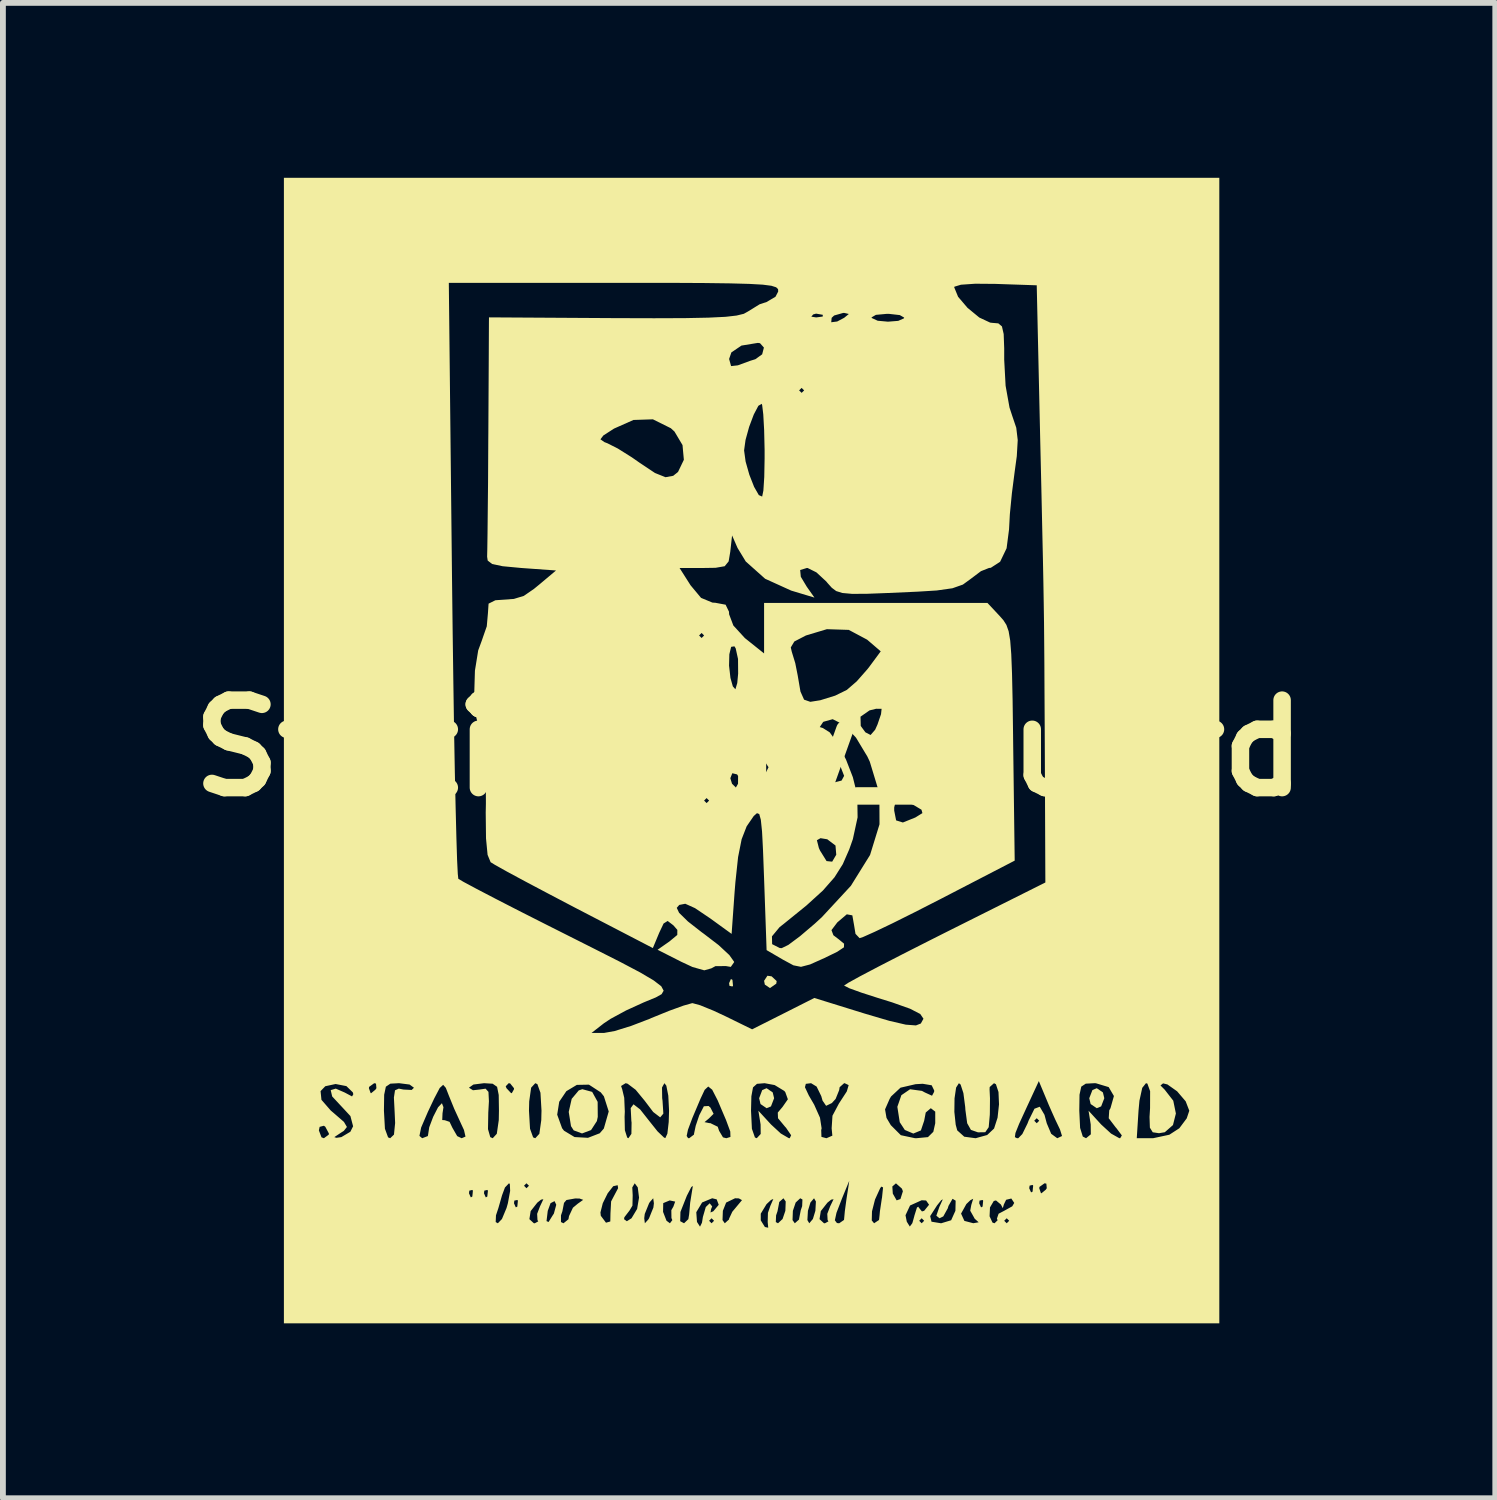
<source format=kicad_pcb>
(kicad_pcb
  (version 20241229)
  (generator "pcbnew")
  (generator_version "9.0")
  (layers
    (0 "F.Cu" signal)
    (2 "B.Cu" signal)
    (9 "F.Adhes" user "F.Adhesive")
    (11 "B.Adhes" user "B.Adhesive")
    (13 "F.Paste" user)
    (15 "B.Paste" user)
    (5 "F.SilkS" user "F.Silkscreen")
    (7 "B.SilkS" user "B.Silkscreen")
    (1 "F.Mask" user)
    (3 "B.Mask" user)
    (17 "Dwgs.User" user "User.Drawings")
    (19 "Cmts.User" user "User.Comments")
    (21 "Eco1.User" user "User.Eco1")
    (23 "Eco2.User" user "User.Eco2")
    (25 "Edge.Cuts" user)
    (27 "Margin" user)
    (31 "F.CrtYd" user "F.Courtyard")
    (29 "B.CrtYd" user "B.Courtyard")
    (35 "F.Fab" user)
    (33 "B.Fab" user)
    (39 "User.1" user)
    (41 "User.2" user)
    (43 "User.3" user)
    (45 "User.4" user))
  (footprint "Stationary_Guard"
    (layer "F.Cu")
    (at 9.8 9.782)
    (property "Reference" "Stationary_Guard" (at 0 0 0) (layer "F.SilkS") (effects (font (size 1.5 1.5) (thickness 0.3))))
    (attr board_only exclude_from_pos_files exclude_from_bom)
    (fp_poly (pts (xy -0.286 3.976) (xy -0.276 4.078) (xy -0.286 4.09) (xy -0.337 4.079) (xy -0.343 4.033) (xy -0.312 3.962)) (stroke (width 0) (type solid)) (fill yes) (layer "F.SilkS"))
    (fp_poly (pts (xy 0.386 3.916) (xy 0.473 3.997) (xy 0.466 4.042) (xy 0.358 4.117) (xy 0.27 4.058) (xy 0.257 3.993) (xy 0.314 3.906)) (stroke (width 0) (type solid)) (fill yes) (layer "F.SilkS"))
    (fp_poly (pts (xy 0.405 5.907) (xy 0.429 6.007) (xy 0.375 6.147) (xy 0.3 6.178) (xy 0.196 6.107) (xy 0.172 6.007) (xy 0.225 5.867) (xy 0.3 5.835)) (stroke (width 0) (type solid)) (fill yes) (layer "F.SilkS"))
    (fp_poly (pts (xy 6.069 5.907) (xy 6.093 6.007) (xy 6.039 6.147) (xy 5.964 6.178) (xy 5.859 6.107) (xy 5.835 6.007) (xy 5.889 5.867) (xy 5.964 5.835)) (stroke (width 0) (type solid)) (fill yes) (layer "F.SilkS"))
    (fp_poly (pts (xy -2.692 5.898) (xy -2.598 6.069) (xy -2.596 6.327) (xy -2.611 6.399) (xy -2.711 6.553) (xy -2.866 6.611) (xy -3.009 6.558) (xy -3.055 6.486) (xy -3.094 6.242) (xy -3.043 6.017) (xy -2.922 5.873) (xy -2.861 5.852)) (stroke (width 0) (type solid)) (fill yes) (layer "F.SilkS"))
    (fp_poly (pts (xy 8.066 0.043) (xy 8.066 9.868) (xy 0.043 9.868) (xy -7.98 9.868) (xy -7.98 8.131) (xy -4.347 8.131) (xy -4.31 8.152) (xy -4.242 8.081) (xy -3.769 8.081) (xy -3.693 8.151) (xy -3.676 8.152) (xy -3.617 8.119) (xy -3.619 8.115) (xy -3.475 8.115) (xy -3.44 8.13) (xy -3.369 8.016) (xy -3.227 8.016) (xy -3.227 8.131) (xy -3.184 8.152) (xy -3.099 8.083) (xy -3.089 8.028) (xy -3.06 7.966) (xy -2.55 7.966) (xy -2.544 8.023) (xy -2.455 8.142) (xy -2.381 8.121) (xy -2.38 8.082) (xy -2.145 8.082) (xy -2.097 8.117) (xy -2.017 8.066) (xy -1.799 8.066) (xy -1.788 8.152) (xy -1.73 8.088) (xy -1.716 8.066) (xy -1.672 7.956) (xy -1.476 7.956) (xy -1.417 8.108) (xy -1.358 8.152) (xy -1.331 8.116) (xy -1.182 8.116) (xy -1.116 8.152) (xy -1.042 8.081) (xy -1.029 8.002) (xy -1.025 7.962) (xy -0.906 7.962) (xy -0.894 8.129) (xy -0.842 8.21) (xy -0.809 8.143) (xy -0.803 8.109) (xy -0.686 8.109) (xy -0.644 8.152) (xy -0.601 8.109) (xy -0.613 8.097) (xy -0.456 8.097) (xy -0.417 8.152) (xy -0.362 8.102) (xy 0.2 8.102) (xy 0.271 8.216) (xy 0.328 8.228) (xy 0.319 8.131) (xy 0.458 8.131) (xy 0.496 8.152) (xy 0.554 8.097) (xy 0.745 8.097) (xy 0.784 8.152) (xy 0.846 8.097) (xy 1 8.097) (xy 1.032 8.152) (xy 1.092 8.081) (xy 1.208 8.081) (xy 1.284 8.151) (xy 1.301 8.152) (xy 1.361 8.119) (xy 1.35 8.101) (xy 1.471 8.101) (xy 1.507 8.148) (xy 1.545 8.152) (xy 1.616 8.103) (xy 2.104 8.103) (xy 2.144 8.152) (xy 2.228 8.096) (xy 2.231 8.077) (xy 2.238 8.014) (xy 2.683 8.014) (xy 2.705 8.125) (xy 2.757 8.208) (xy 2.8 8.15) (xy 2.812 8.109) (xy 2.918 8.109) (xy 2.96 8.152) (xy 3.003 8.109) (xy 2.96 8.066) (xy 2.918 8.109) (xy 2.812 8.109) (xy 2.834 8.029) (xy 3.106 8.029) (xy 3.129 8.125) (xy 3.294 8.152) (xy 3.466 8.1) (xy 3.517 7.986) (xy 3.636 7.986) (xy 3.693 8.111) (xy 3.845 8.151) (xy 3.938 8.135) (xy 3.87 8.074) (xy 3.847 8.032) (xy 4.125 8.032) (xy 4.175 8.14) (xy 4.21 8.152) (xy 4.254 8.109) (xy 4.376 8.109) (xy 4.419 8.152) (xy 4.462 8.109) (xy 4.419 8.066) (xy 4.376 8.109) (xy 4.254 8.109) (xy 4.263 8.1) (xy 4.251 8.072) (xy 4.28 7.988) (xy 4.375 7.938) (xy 4.514 7.861) (xy 4.548 7.803) (xy 4.498 7.727) (xy 4.409 7.749) (xy 4.37 7.83) (xy 4.352 7.893) (xy 4.319 7.83) (xy 4.235 7.76) (xy 4.197 7.77) (xy 4.132 7.88) (xy 4.125 8.032) (xy 3.847 8.032) (xy 3.793 7.936) (xy 3.811 7.839) (xy 3.82 7.809) (xy 3.947 7.809) (xy 3.979 7.879) (xy 4.005 7.866) (xy 4.015 7.764) (xy 4.005 7.752) (xy 3.953 7.763) (xy 3.947 7.809) (xy 3.82 7.809) (xy 3.844 7.732) (xy 3.796 7.756) (xy 3.727 7.822) (xy 3.636 7.986) (xy 3.517 7.986) (xy 3.539 7.938) (xy 3.543 7.764) (xy 3.49 7.732) (xy 3.42 7.854) (xy 3.408 7.895) (xy 3.331 8.034) (xy 3.266 8.066) (xy 3.212 8.022) (xy 3.263 7.873) (xy 3.323 7.741) (xy 3.296 7.756) (xy 3.223 7.847) (xy 3.106 8.029) (xy 2.834 8.029) (xy 2.835 8.023) (xy 2.88 7.88) (xy 2.906 7.868) (xy 2.907 7.878) (xy 2.965 7.949) (xy 3.003 7.938) (xy 3.087 7.834) (xy 3.036 7.761) (xy 2.96 7.757) (xy 2.761 7.847) (xy 2.683 8.014) (xy 2.238 8.014) (xy 2.244 7.947) (xy 2.276 7.732) (xy 2.28 7.712) (xy 2.298 7.537) (xy 2.268 7.523) (xy 2.248 7.551) (xy 2.16 7.744) (xy 2.108 7.948) (xy 2.104 8.103) (xy 1.616 8.103) (xy 1.628 8.095) (xy 1.63 8.077) (xy 1.642 7.947) (xy 1.671 7.732) (xy 1.674 7.712) (xy 1.704 7.521) (xy 2.457 7.521) (xy 2.465 7.643) (xy 2.531 7.759) (xy 2.596 7.736) (xy 2.638 7.603) (xy 2.622 7.559) (xy 2.614 7.551) (xy 4.805 7.551) (xy 4.837 7.622) (xy 4.863 7.609) (xy 4.868 7.551) (xy 4.977 7.551) (xy 5.006 7.635) (xy 5.015 7.637) (xy 5.088 7.577) (xy 5.106 7.551) (xy 5.099 7.472) (xy 5.068 7.466) (xy 4.981 7.528) (xy 4.977 7.551) (xy 4.868 7.551) (xy 4.873 7.507) (xy 4.863 7.494) (xy 4.812 7.506) (xy 4.805 7.551) (xy 2.614 7.551) (xy 2.519 7.467) (xy 2.457 7.521) (xy 1.704 7.521) (xy 1.718 7.423) (xy 1.595 7.723) (xy 1.499 7.972) (xy 1.471 8.101) (xy 1.35 8.101) (xy 1.347 8.098) (xy 1.341 7.99) (xy 1.39 7.862) (xy 1.449 7.739) (xy 1.408 7.747) (xy 1.344 7.798) (xy 1.23 7.943) (xy 1.208 8.081) (xy 1.092 8.081) (xy 1.094 8.079) (xy 1.137 7.938) (xy 1.146 7.778) (xy 1.114 7.723) (xy 1.052 7.796) (xy 1.009 7.938) (xy 1 8.097) (xy 0.846 8.097) (xy 0.857 8.087) (xy 0.858 8.073) (xy 0.886 7.929) (xy 0.91 7.859) (xy 0.915 7.744) (xy 0.877 7.723) (xy 0.799 7.796) (xy 0.751 7.938) (xy 0.745 8.097) (xy 0.554 8.097) (xy 0.574 8.079) (xy 0.622 7.938) (xy 0.628 7.778) (xy 0.589 7.723) (xy 0.516 7.788) (xy 0.515 7.802) (xy 0.487 7.946) (xy 0.463 8.016) (xy 0.458 8.131) (xy 0.319 8.131) (xy 0.319 8.131) (xy 0.323 7.973) (xy 0.365 7.852) (xy 0.416 7.735) (xy 0.376 7.752) (xy 0.299 7.824) (xy 0.2 7.987) (xy 0.2 8.102) (xy -0.362 8.102) (xy -0.345 8.087) (xy -0.343 8.072) (xy -0.288 7.954) (xy -0.208 7.858) (xy -0.122 7.755) (xy -0.176 7.725) (xy -0.241 7.723) (xy -0.394 7.797) (xy -0.45 7.938) (xy -0.456 8.097) (xy -0.613 8.097) (xy -0.644 8.066) (xy -0.686 8.109) (xy -0.803 8.109) (xy -0.793 8.045) (xy -0.743 7.873) (xy -0.676 7.809) (xy -0.633 7.863) (xy -0.652 7.908) (xy -0.662 7.967) (xy -0.614 7.946) (xy -0.521 7.835) (xy -0.556 7.742) (xy -0.633 7.723) (xy -0.806 7.795) (xy -0.906 7.962) (xy -1.025 7.962) (xy -1.011 7.799) (xy -0.985 7.637) (xy -0.965 7.512) (xy -0.991 7.53) (xy -1.068 7.68) (xy -1.178 7.958) (xy -1.182 8.116) (xy -1.331 8.116) (xy -1.317 8.098) (xy -1.332 8.062) (xy -1.334 7.927) (xy -1.299 7.866) (xy -1.268 7.78) (xy -1.362 7.76) (xy -1.473 7.806) (xy -1.476 7.956) (xy -1.672 7.956) (xy -1.642 7.883) (xy -1.633 7.809) (xy -1.645 7.723) (xy -1.702 7.787) (xy -1.716 7.809) (xy -1.79 7.992) (xy -1.799 8.066) (xy -2.017 8.066) (xy -1.921 7.906) (xy -1.888 7.712) (xy -1.91 7.536) (xy -1.962 7.466) (xy -2.004 7.537) (xy -1.997 7.67) (xy -2.001 7.849) (xy -2.051 7.933) (xy -2.14 8.049) (xy -2.145 8.082) (xy -2.38 8.082) (xy -2.378 7.98) (xy -2.367 7.777) (xy -2.315 7.678) (xy -2.247 7.55) (xy -2.255 7.499) (xy -2.331 7.516) (xy -2.426 7.638) (xy -2.51 7.808) (xy -2.55 7.966) (xy -3.06 7.966) (xy -3.022 7.885) (xy -2.939 7.816) (xy -2.846 7.75) (xy -2.907 7.728) (xy -2.982 7.726) (xy -3.133 7.753) (xy -3.175 7.802) (xy -3.203 7.946) (xy -3.227 8.016) (xy -3.369 8.016) (xy -3.349 7.986) (xy -3.308 7.834) (xy -3.337 7.772) (xy -3.406 7.807) (xy -3.454 7.939) (xy -3.475 8.115) (xy -3.619 8.115) (xy -3.63 8.098) (xy -3.636 7.99) (xy -3.587 7.862) (xy -3.529 7.739) (xy -3.569 7.747) (xy -3.633 7.798) (xy -3.747 7.943) (xy -3.769 8.081) (xy -4.242 8.081) (xy -4.239 8.077) (xy -4.161 7.89) (xy -4.138 7.809) (xy -4.033 7.809) (xy -4.002 7.879) (xy -3.976 7.866) (xy -3.966 7.764) (xy -3.976 7.752) (xy -4.027 7.763) (xy -4.033 7.809) (xy -4.138 7.809) (xy -4.099 7.597) (xy -4.103 7.508) (xy -3.861 7.508) (xy -3.819 7.551) (xy -3.776 7.508) (xy -3.819 7.466) (xy -3.861 7.508) (xy -4.103 7.508) (xy -4.105 7.477) (xy -4.119 7.466) (xy -4.188 7.538) (xy -4.238 7.672) (xy -4.301 7.892) (xy -4.342 8.015) (xy -4.347 8.131) (xy -7.98 8.131) (xy -7.98 7.637) (xy -4.805 7.637) (xy -4.774 7.708) (xy -4.748 7.694) (xy -4.742 7.637) (xy -4.548 7.637) (xy -4.517 7.708) (xy -4.491 7.694) (xy -4.48 7.593) (xy -4.491 7.58) (xy -4.542 7.592) (xy -4.548 7.637) (xy -4.742 7.637) (xy -4.738 7.593) (xy -4.748 7.58) (xy -4.799 7.592) (xy -4.805 7.637) (xy -7.98 7.637) (xy -7.98 6.693) (xy 6.65 6.693) (xy 6.929 6.693) (xy 7.209 6.633) (xy 7.38 6.522) (xy 7.507 6.352) (xy 7.551 6.221) (xy 7.489 6.06) (xy 7.342 5.888) (xy 7.175 5.77) (xy 7.101 5.752) (xy 7.057 5.788) (xy 7.128 5.859) (xy 7.276 6.049) (xy 7.321 6.269) (xy 7.271 6.467) (xy 7.131 6.59) (xy 7.031 6.607) (xy 6.924 6.591) (xy 6.875 6.512) (xy 6.869 6.328) (xy 6.878 6.178) (xy 6.879 5.886) (xy 6.832 5.756) (xy 6.808 5.749) (xy 6.744 5.829) (xy 6.696 6.048) (xy 6.68 6.221) (xy 6.65 6.693) (xy -7.98 6.693) (xy -7.98 6.559) (xy -7.38 6.559) (xy -7.335 6.677) (xy -7.294 6.693) (xy -7.211 6.632) (xy -7.208 6.612) (xy -7.27 6.496) (xy -7.294 6.479) (xy -7.367 6.498) (xy -7.38 6.559) (xy -7.98 6.559) (xy -7.98 5.885) (xy -7.351 5.885) (xy -7.336 6.034) (xy -7.176 6.218) (xy -7.122 6.264) (xy -6.95 6.413) (xy -6.899 6.5) (xy -6.952 6.567) (xy -7.001 6.598) (xy -7.115 6.674) (xy -7.08 6.686) (xy -6.995 6.674) (xy -6.84 6.582) (xy -6.793 6.488) (xy -6.839 6.313) (xy -6.924 6.221) (xy -6.264 6.221) (xy -6.247 6.53) (xy -6.193 6.678) (xy -6.157 6.693) (xy -6.115 6.653) (xy -5.655 6.653) (xy -5.608 6.693) (xy -5.511 6.656) (xy -5.506 6.629) (xy -5.487 6.505) (xy -5.419 6.325) (xy -5.336 6.163) (xy -5.27 6.093) (xy -5.269 6.093) (xy -5.243 6.161) (xy -5.259 6.264) (xy -5.264 6.381) (xy -5.221 6.384) (xy -5.138 6.412) (xy -5.09 6.513) (xy -5.007 6.657) (xy -4.931 6.693) (xy -4.865 6.665) (xy -4.891 6.552) (xy -4.935 6.457) (xy -5.058 6.189) (xy -5.146 5.973) (xy -5.202 5.83) (xy -5.204 5.827) (xy -4.805 5.827) (xy -4.737 5.87) (xy -4.625 5.858) (xy -4.52 5.843) (xy -4.471 5.898) (xy -4.463 6.058) (xy -4.474 6.252) (xy -4.479 6.537) (xy -4.44 6.674) (xy -4.398 6.693) (xy -4.328 6.617) (xy -4.294 6.382) (xy -4.291 6.221) (xy -3.776 6.221) (xy -3.758 6.53) (xy -3.705 6.678) (xy -3.668 6.693) (xy -3.598 6.617) (xy -3.565 6.382) (xy -3.563 6.289) (xy -3.292 6.289) (xy -3.208 6.521) (xy -3.175 6.564) (xy -2.994 6.673) (xy -2.764 6.686) (xy -2.562 6.608) (xy -2.492 6.527) (xy -2.408 6.234) (xy -2.491 5.974) (xy -2.545 5.906) (xy -2.712 5.797) (xy -2.196 5.797) (xy -2.177 5.853) (xy -2.142 5.999) (xy -2.132 6.237) (xy -2.136 6.325) (xy -2.131 6.556) (xy -2.091 6.682) (xy -2.07 6.693) (xy -2.019 6.618) (xy -2.016 6.425) (xy -2.02 6.393) (xy -2.031 6.176) (xy -1.983 6.111) (xy -1.869 6.199) (xy -1.716 6.393) (xy -1.57 6.576) (xy -1.46 6.681) (xy -1.437 6.691) (xy -1.42 6.654) (xy -1.071 6.654) (xy -1.047 6.691) (xy -1.028 6.693) (xy -0.946 6.631) (xy -0.944 6.613) (xy -0.916 6.48) (xy -0.855 6.299) (xy -0.776 6.145) (xy -0.695 6.14) (xy -0.663 6.168) (xy -0.609 6.274) (xy -0.687 6.352) (xy -0.765 6.417) (xy -0.681 6.434) (xy -0.665 6.434) (xy -0.538 6.496) (xy -0.515 6.565) (xy -0.448 6.678) (xy -0.391 6.693) (xy -0.32 6.671) (xy -0.323 6.578) (xy -0.399 6.372) (xy -0.4 6.371) (xy -0.464 6.221) (xy 0.033 6.221) (xy 0.048 6.531) (xy 0.1 6.68) (xy 0.131 6.693) (xy 0.199 6.62) (xy 0.197 6.457) (xy 0.159 6.221) (xy 0.376 6.457) (xy 0.544 6.612) (xy 0.68 6.691) (xy 0.697 6.693) (xy 0.721 6.642) (xy 0.633 6.513) (xy 0.617 6.496) (xy 0.496 6.35) (xy 0.492 6.253) (xy 0.573 6.157) (xy 0.665 6.025) (xy 0.621 5.903) (xy 0.604 5.882) (xy 0.499 5.818) (xy 0.958 5.818) (xy 1.024 5.959) (xy 1.117 6.119) (xy 1.216 6.341) (xy 1.244 6.523) (xy 1.237 6.553) (xy 1.241 6.67) (xy 1.327 6.693) (xy 1.428 6.649) (xy 1.416 6.522) (xy 1.43 6.307) (xy 1.488 6.198) (xy 2.332 6.198) (xy 2.357 6.344) (xy 2.431 6.469) (xy 2.603 6.641) (xy 2.848 6.693) (xy 2.867 6.693) (xy 3.068 6.674) (xy 3.16 6.583) (xy 3.193 6.436) (xy 3.193 6.241) (xy 3.521 6.241) (xy 3.544 6.461) (xy 3.57 6.558) (xy 3.691 6.667) (xy 3.886 6.693) (xy 3.953 6.674) (xy 4.559 6.674) (xy 4.595 6.693) (xy 4.617 6.693) (xy 4.687 6.621) (xy 4.775 6.442) (xy 4.794 6.393) (xy 4.891 6.393) (xy 4.934 6.436) (xy 4.977 6.393) (xy 4.934 6.35) (xy 4.891 6.393) (xy 4.794 6.393) (xy 4.794 6.392) (xy 4.895 6.187) (xy 4.986 6.153) (xy 5.067 6.291) (xy 5.106 6.437) (xy 5.182 6.617) (xy 5.286 6.693) (xy 5.287 6.693) (xy 5.368 6.655) (xy 5.333 6.543) (xy 5.25 6.369) (xy 5.184 6.221) (xy 5.664 6.221) (xy 5.678 6.516) (xy 5.724 6.664) (xy 5.78 6.693) (xy 5.862 6.626) (xy 5.86 6.457) (xy 5.823 6.221) (xy 6.039 6.457) (xy 6.209 6.613) (xy 6.348 6.691) (xy 6.365 6.693) (xy 6.394 6.645) (xy 6.299 6.518) (xy 6.29 6.509) (xy 6.169 6.35) (xy 6.178 6.215) (xy 6.199 6.178) (xy 6.258 5.969) (xy 6.168 5.816) (xy 5.949 5.75) (xy 5.924 5.749) (xy 5.775 5.757) (xy 5.698 5.808) (xy 5.668 5.946) (xy 5.664 6.211) (xy 5.664 6.221) (xy 5.184 6.221) (xy 5.141 6.123) (xy 5.112 6.053) (xy 4.97 5.713) (xy 4.759 6.169) (xy 4.632 6.446) (xy 4.569 6.603) (xy 4.559 6.674) (xy 3.953 6.674) (xy 4.084 6.638) (xy 4.202 6.527) (xy 4.262 6.341) (xy 4.287 6.112) (xy 4.278 5.9) (xy 4.234 5.767) (xy 4.201 5.749) (xy 4.127 5.815) (xy 4.125 5.857) (xy 4.132 6.009) (xy 4.13 6.245) (xy 4.129 6.292) (xy 4.11 6.504) (xy 4.051 6.59) (xy 3.926 6.592) (xy 3.805 6.55) (xy 3.741 6.436) (xy 3.71 6.205) (xy 3.707 6.157) (xy 3.676 5.919) (xy 3.628 5.772) (xy 3.599 5.749) (xy 3.551 5.824) (xy 3.524 6.009) (xy 3.521 6.241) (xy 3.193 6.241) (xy 3.193 6.237) (xy 3.117 6.178) (xy 3.03 6.252) (xy 3.003 6.393) (xy 2.947 6.559) (xy 2.817 6.613) (xy 2.671 6.551) (xy 2.584 6.418) (xy 2.543 6.154) (xy 2.612 5.955) (xy 2.761 5.853) (xy 2.965 5.881) (xy 3.015 5.908) (xy 3.138 5.964) (xy 3.174 5.897) (xy 3.175 5.874) (xy 3.132 5.785) (xy 2.978 5.759) (xy 2.856 5.766) (xy 2.597 5.826) (xy 2.435 5.977) (xy 2.411 6.018) (xy 2.332 6.198) (xy 1.488 6.198) (xy 1.539 6.101) (xy 1.676 5.89) (xy 1.708 5.782) (xy 1.641 5.75) (xy 1.63 5.749) (xy 1.553 5.818) (xy 1.545 5.868) (xy 1.484 6.019) (xy 1.419 6.09) (xy 1.321 6.137) (xy 1.26 6.048) (xy 1.238 5.971) (xy 1.158 5.807) (xy 1.063 5.749) (xy 0.973 5.76) (xy 0.958 5.818) (xy 0.499 5.818) (xy 0.438 5.781) (xy 0.266 5.749) (xy 0.135 5.76) (xy 0.067 5.821) (xy 0.039 5.973) (xy 0.033 6.221) (xy -0.464 6.221) (xy -0.539 6.044) (xy -0.633 5.861) (xy -0.701 5.806) (xy -0.762 5.863) (xy -0.833 6.014) (xy -0.973 6.345) (xy -1.049 6.548) (xy -1.071 6.654) (xy -1.42 6.654) (xy -1.402 6.615) (xy -1.379 6.415) (xy -1.373 6.221) (xy -1.386 5.963) (xy -1.42 5.791) (xy -1.453 5.749) (xy -1.494 5.823) (xy -1.491 6.005) (xy -1.485 6.05) (xy -1.471 6.271) (xy -1.525 6.335) (xy -1.645 6.243) (xy -1.792 6.049) (xy -1.946 5.862) (xy -2.084 5.758) (xy -2.118 5.749) (xy -2.196 5.797) (xy -2.712 5.797) (xy -2.748 5.774) (xy -2.955 5.778) (xy -3.135 5.886) (xy -3.257 6.067) (xy -3.292 6.289) (xy -3.563 6.289) (xy -3.561 6.221) (xy -3.579 5.913) (xy -3.632 5.765) (xy -3.668 5.749) (xy -3.739 5.826) (xy -3.772 6.061) (xy -3.776 6.221) (xy -4.291 6.221) (xy -4.295 5.951) (xy -4.323 5.811) (xy -4.336 5.802) (xy -4.175 5.802) (xy -4.162 5.835) (xy -4.085 5.917) (xy -4.071 5.921) (xy -4.034 5.855) (xy -4.033 5.835) (xy -4.099 5.753) (xy -4.124 5.749) (xy -4.175 5.802) (xy -4.336 5.802) (xy -4.399 5.758) (xy -4.544 5.749) (xy -4.548 5.749) (xy -4.729 5.772) (xy -4.805 5.826) (xy -4.805 5.827) (xy -5.204 5.827) (xy -5.248 5.777) (xy -5.307 5.831) (xy -5.401 6.01) (xy -5.511 6.243) (xy -5.626 6.51) (xy -5.655 6.653) (xy -6.115 6.653) (xy -6.092 6.631) (xy -6.072 6.432) (xy -6.08 6.252) (xy -6.093 5.995) (xy -6.074 5.871) (xy -6.009 5.842) (xy -5.93 5.858) (xy -5.788 5.865) (xy -5.749 5.827) (xy -5.824 5.772) (xy -6.004 5.749) (xy -6.007 5.749) (xy -6.154 5.757) (xy -6.231 5.809) (xy -6.26 5.947) (xy -6.264 6.214) (xy -6.264 6.221) (xy -6.924 6.221) (xy -7.007 6.132) (xy -7.152 5.976) (xy -7.177 5.868) (xy -7.09 5.842) (xy -6.937 5.909) (xy -6.811 5.976) (xy -6.789 5.938) (xy -6.798 5.906) (xy -6.871 5.835) (xy -6.522 5.835) (xy -6.492 5.919) (xy -6.484 5.921) (xy -6.411 5.861) (xy -6.393 5.835) (xy -6.4 5.756) (xy -6.431 5.749) (xy -6.518 5.812) (xy -6.522 5.835) (xy -6.871 5.835) (xy -6.908 5.799) (xy -7.093 5.763) (xy -7.27 5.801) (xy -7.351 5.885) (xy -7.98 5.885) (xy -7.98 0.043) (xy -7.98 -7.98) (xy -5.151 -7.98) (xy -5.096 -2.896) (xy -5.085 -1.978) (xy -5.073 -1.111) (xy -5.061 -0.311) (xy -5.048 0.408) (xy -5.034 1.029) (xy -5.021 1.539) (xy -5.009 1.921) (xy -4.997 2.161) (xy -4.988 2.243) (xy -4.898 2.296) (xy -4.678 2.414) (xy -4.352 2.584) (xy -3.941 2.795) (xy -3.471 3.033) (xy -3.304 3.117) (xy -2.69 3.426) (xy -2.216 3.666) (xy -1.869 3.849) (xy -1.637 3.986) (xy -1.507 4.086) (xy -1.466 4.162) (xy -1.501 4.222) (xy -1.601 4.278) (xy -1.752 4.34) (xy -1.812 4.365) (xy -2.11 4.501) (xy -2.374 4.644) (xy -2.489 4.72) (xy -2.703 4.887) (xy -2.489 4.887) (xy -2.306 4.854) (xy -2.025 4.767) (xy -1.704 4.644) (xy -1.676 4.631) (xy -1.373 4.508) (xy -1.125 4.418) (xy -0.98 4.377) (xy -0.97 4.376) (xy -0.839 4.412) (xy -0.611 4.505) (xy -0.405 4.601) (xy 0.052 4.825) (xy 0.586 4.556) (xy 1.119 4.287) (xy 1.983 4.555) (xy 2.404 4.679) (xy 2.688 4.745) (xy 2.862 4.758) (xy 2.946 4.725) (xy 2.991 4.643) (xy 2.936 4.562) (xy 2.762 4.472) (xy 2.452 4.362) (xy 2.21 4.287) (xy 1.925 4.195) (xy 1.718 4.12) (xy 1.631 4.075) (xy 1.63 4.073) (xy 1.704 4.025) (xy 1.909 3.912) (xy 2.225 3.746) (xy 2.629 3.538) (xy 3.1 3.299) (xy 3.356 3.17) (xy 5.082 2.306) (xy 5.073 0.145) (xy 5.07 -0.493) (xy 5.067 -1.014) (xy 5.065 -1.445) (xy 5.062 -1.815) (xy 5.059 -2.153) (xy 5.054 -2.486) (xy 5.048 -2.843) (xy 5.04 -3.251) (xy 5.029 -3.74) (xy 5.016 -4.337) (xy 4.999 -5.07) (xy 4.994 -5.277) (xy 4.934 -7.938) (xy 4.226 -7.962) (xy 3.879 -7.965) (xy 3.634 -7.948) (xy 3.522 -7.914) (xy 3.518 -7.905) (xy 3.585 -7.741) (xy 3.747 -7.551) (xy 3.949 -7.385) (xy 4.135 -7.298) (xy 4.169 -7.294) (xy 4.275 -7.285) (xy 4.337 -7.233) (xy 4.367 -7.102) (xy 4.376 -6.856) (xy 4.376 -6.661) (xy 4.4 -6.215) (xy 4.467 -5.841) (xy 4.513 -5.701) (xy 4.583 -5.494) (xy 4.608 -5.283) (xy 4.592 -5.007) (xy 4.556 -4.743) (xy 4.508 -4.371) (xy 4.473 -4.011) (xy 4.459 -3.751) (xy 4.417 -3.427) (xy 4.306 -3.196) (xy 4.146 -3.092) (xy 4.115 -3.089) (xy 3.977 -3.034) (xy 3.803 -2.903) (xy 3.802 -2.902) (xy 3.667 -2.804) (xy 3.488 -2.741) (xy 3.219 -2.703) (xy 2.896 -2.683) (xy 2.385 -2.66) (xy 2.017 -2.646) (xy 1.765 -2.645) (xy 1.6 -2.66) (xy 1.494 -2.693) (xy 1.419 -2.749) (xy 1.347 -2.829) (xy 1.323 -2.858) (xy 1.154 -3.014) (xy 1.005 -3.088) (xy 0.991 -3.089) (xy 0.876 -3.054) (xy 0.887 -2.938) (xy 0.989 -2.768) (xy 1.121 -2.581) (xy 0.722 -2.701) (xy 0.275 -2.904) (xy -0.057 -3.2) (xy -0.198 -3.432) (xy -0.292 -3.647) (xy -0.323 -3.368) (xy -0.351 -3.202) (xy -0.419 -3.119) (xy -0.575 -3.092) (xy -0.774 -3.089) (xy -1.193 -3.089) (xy -1.004 -2.792) (xy -0.824 -2.576) (xy -0.629 -2.495) (xy -0.579 -2.492) (xy -0.403 -2.459) (xy -0.345 -2.339) (xy -0.343 -2.295) (xy -0.27 -2.102) (xy -0.072 -1.886) (xy -0.043 -1.863) (xy 0.257 -1.623) (xy 0.257 -1.726) (xy 0.715 -1.726) (xy 0.732 -1.652) (xy 0.792 -1.456) (xy 0.834 -1.244) (xy 0.881 -0.969) (xy 0.943 -0.83) (xy 1.05 -0.793) (xy 1.221 -0.82) (xy 1.476 -0.899) (xy 1.676 -0.997) (xy 1.846 -1.144) (xy 2.03 -1.353) (xy 2.056 -1.386) (xy 2.258 -1.659) (xy 2.025 -1.859) (xy 1.71 -2.027) (xy 1.334 -2.039) (xy 0.975 -1.931) (xy 0.776 -1.828) (xy 0.715 -1.726) (xy 0.257 -1.726) (xy 0.257 -2.056) (xy 0.257 -2.489) (xy 2.173 -2.489) (xy 4.089 -2.489) (xy 4.297 -2.267) (xy 4.363 -2.192) (xy 4.414 -2.112) (xy 4.452 -2.004) (xy 4.479 -1.844) (xy 4.497 -1.611) (xy 4.51 -1.28) (xy 4.52 -0.829) (xy 4.528 -0.236) (xy 4.53 -0.058) (xy 4.556 1.931) (xy 3.272 2.596) (xy 2.841 2.816) (xy 2.46 3.006) (xy 2.157 3.151) (xy 1.958 3.24) (xy 1.895 3.261) (xy 1.825 3.187) (xy 1.802 3.046) (xy 1.771 2.87) (xy 1.676 2.852) (xy 1.513 2.991) (xy 1.51 2.995) (xy 1.413 3.123) (xy 1.446 3.211) (xy 1.538 3.281) (xy 1.629 3.356) (xy 1.627 3.418) (xy 1.51 3.496) (xy 1.292 3.602) (xy 1.046 3.712) (xy 0.89 3.753) (xy 0.76 3.727) (xy 0.592 3.636) (xy 0.586 3.633) (xy 0.3 3.466) (xy 0.292 3.23) (xy 0.392 3.23) (xy 0.395 3.364) (xy 0.527 3.431) (xy 0.56 3.432) (xy 0.673 3.377) (xy 0.873 3.228) (xy 1.126 3.013) (xy 1.248 2.901) (xy 1.746 2.363) (xy 2.075 1.834) (xy 2.237 1.308) (xy 2.236 1.073) (xy 2.489 1.073) (xy 2.522 1.241) (xy 2.638 1.277) (xy 2.852 1.191) (xy 2.973 1.116) (xy 2.957 1.058) (xy 2.825 0.979) (xy 2.62 0.881) (xy 2.52 0.891) (xy 2.489 1.019) (xy 2.489 1.073) (xy 2.236 1.073) (xy 2.235 0.776) (xy 2.07 0.233) (xy 2.029 0.146) (xy 1.834 -0.178) (xy 1.628 -0.397) (xy 1.434 -0.495) (xy 1.276 -0.451) (xy 1.268 -0.444) (xy 1.212 -0.36) (xy 1.266 -0.343) (xy 1.384 -0.268) (xy 1.524 -0.072) (xy 1.663 0.199) (xy 1.78 0.501) (xy 1.851 0.787) (xy 1.856 0.828) (xy 1.861 1.189) (xy 1.78 1.562) (xy 1.718 1.738) (xy 1.607 1.992) (xy 1.465 2.217) (xy 1.266 2.444) (xy 0.982 2.702) (xy 0.587 3.022) (xy 0.523 3.072) (xy 0.392 3.23) (xy 0.292 3.23) (xy 0.257 2.239) (xy 0.239 1.76) (xy 0.23 1.581) (xy 1.163 1.581) (xy 1.197 1.715) (xy 1.217 1.759) (xy 1.329 1.939) (xy 1.425 1.949) (xy 1.495 1.83) (xy 1.482 1.672) (xy 1.341 1.565) (xy 1.225 1.546) (xy 1.163 1.581) (xy 0.23 1.581) (xy 0.222 1.431) (xy 0.201 1.229) (xy 0.174 1.132) (xy 0.135 1.117) (xy 0.082 1.164) (xy 0.076 1.171) (xy -0.042 1.343) (xy -0.128 1.564) (xy -0.189 1.871) (xy -0.235 2.301) (xy -0.249 2.474) (xy -0.3 3.188) (xy -0.664 2.924) (xy -0.928 2.746) (xy -1.095 2.671) (xy -1.198 2.691) (xy -1.241 2.741) (xy -1.201 2.826) (xy -1.049 2.975) (xy -0.815 3.158) (xy -0.775 3.187) (xy -0.523 3.38) (xy -0.339 3.551) (xy -0.258 3.665) (xy -0.257 3.673) (xy -0.314 3.754) (xy -0.397 3.74) (xy -0.577 3.741) (xy -0.648 3.779) (xy -0.769 3.813) (xy -0.971 3.756) (xy -1.164 3.666) (xy -1.57 3.46) (xy -1.367 3.318) (xy -1.232 3.206) (xy -1.231 3.119) (xy -1.299 3.041) (xy -1.397 2.966) (xy -1.467 3.01) (xy -1.542 3.169) (xy -1.651 3.431) (xy -2.992 2.735) (xy -3.434 2.503) (xy -3.827 2.295) (xy -4.143 2.125) (xy -4.356 2.006) (xy -4.434 1.958) (xy -4.486 1.832) (xy -4.513 1.55) (xy -4.518 1.107) (xy -4.515 0.96) (xy -4.515 0.901) (xy -0.772 0.901) (xy -0.729 0.944) (xy -0.686 0.901) (xy -0.729 0.858) (xy -0.772 0.901) (xy -4.515 0.901) (xy -4.517 0.517) (xy -0.322 0.517) (xy -0.293 0.612) (xy -0.227 0.677) (xy -0.19 0.613) (xy -0.189 0.488) (xy 1.211 0.488) (xy 1.258 0.576) (xy 1.416 0.601) (xy 1.586 0.558) (xy 1.63 0.477) (xy 1.57 0.323) (xy 1.428 0.292) (xy 1.326 0.346) (xy 1.211 0.488) (xy -0.189 0.488) (xy -0.189 0.479) (xy -0.206 0.452) (xy -0.288 0.432) (xy -0.322 0.517) (xy -4.517 0.517) (xy -4.518 0.399) (xy -4.522 0.343) (xy 0.172 0.343) (xy 0.189 0.48) (xy 0.254 0.466) (xy 0.275 0.446) (xy 0.333 0.329) (xy 0.275 0.24) (xy 0.198 0.198) (xy 0.172 0.302) (xy 0.172 0.343) (xy -4.522 0.343) (xy -4.553 -0.011) (xy -4.607 -0.233) (xy -4.683 -0.538) (xy 1.911 -0.538) (xy 1.915 -0.379) (xy 1.995 -0.27) (xy 2.084 -0.224) (xy 2.162 -0.314) (xy 2.202 -0.403) (xy 2.263 -0.581) (xy 2.273 -0.673) (xy 2.273 -0.673) (xy 2.179 -0.674) (xy 2.066 -0.646) (xy 1.911 -0.538) (xy -4.683 -0.538) (xy -4.684 -0.54) (xy -4.715 -0.928) (xy -4.703 -1.329) (xy -4.689 -1.414) (xy -0.344 -1.414) (xy -0.32 -1.203) (xy -0.279 -1.058) (xy -0.235 -1.008) (xy -0.203 -1.115) (xy -0.188 -1.277) (xy -0.19 -1.528) (xy -0.23 -1.71) (xy -0.252 -1.745) (xy -0.308 -1.736) (xy -0.339 -1.609) (xy -0.344 -1.414) (xy -4.689 -1.414) (xy -4.647 -1.675) (xy -4.586 -1.841) (xy -4.555 -1.931) (xy -0.858 -1.931) (xy -0.815 -1.888) (xy -0.772 -1.931) (xy -0.815 -1.974) (xy -0.858 -1.931) (xy -4.555 -1.931) (xy -4.5 -2.088) (xy -4.48 -2.313) (xy -4.469 -2.477) (xy -4.353 -2.535) (xy -4.291 -2.54) (xy -4.036 -2.558) (xy -3.865 -2.61) (xy -3.692 -2.729) (xy -3.593 -2.81) (xy -3.312 -3.046) (xy -3.909 -3.089) (xy -4.227 -3.119) (xy -4.408 -3.157) (xy -4.484 -3.216) (xy -4.494 -3.282) (xy -4.491 -3.408) (xy -4.487 -3.68) (xy -4.483 -4.07) (xy -4.478 -4.553) (xy -4.475 -5.101) (xy -4.474 -5.296) (xy -2.55 -5.296) (xy -2.482 -5.248) (xy -2.43 -5.228) (xy -2.252 -5.138) (xy -2.01 -4.986) (xy -1.881 -4.896) (xy -1.614 -4.718) (xy -1.434 -4.646) (xy -1.302 -4.67) (xy -1.219 -4.737) (xy -1.119 -4.945) (xy -1.134 -5.106) (xy -0.086 -5.106) (xy -0.06 -4.915) (xy 0.004 -4.689) (xy 0.086 -4.48) (xy 0.167 -4.339) (xy 0.224 -4.314) (xy 0.245 -4.417) (xy 0.26 -4.649) (xy 0.266 -4.968) (xy 0.266 -5.114) (xy 0.258 -5.455) (xy 0.243 -5.725) (xy 0.224 -5.883) (xy 0.216 -5.905) (xy 0.159 -5.871) (xy 0.08 -5.721) (xy 0.000434 -5.509) (xy -0.061 -5.286) (xy -0.086 -5.106) (xy -1.134 -5.106) (xy -1.142 -5.197) (xy -1.28 -5.429) (xy -1.342 -5.486) (xy -1.65 -5.639) (xy -1.984 -5.628) (xy -2.317 -5.48) (xy -2.5 -5.362) (xy -2.55 -5.296) (xy -4.474 -5.296) (xy -4.473 -5.41) (xy -4.469 -6.135) (xy 0.858 -6.135) (xy 0.901 -6.093) (xy 0.944 -6.135) (xy 0.901 -6.178) (xy 0.858 -6.135) (xy -4.469 -6.135) (xy -4.466 -6.674) (xy -0.343 -6.674) (xy -0.309 -6.552) (xy -0.193 -6.565) (xy 0.023 -6.644) (xy 0.107 -6.67) (xy 0.224 -6.754) (xy 0.254 -6.87) (xy 0.187 -6.945) (xy 0.15 -6.95) (xy -0.131 -6.904) (xy -0.304 -6.787) (xy -0.343 -6.674) (xy -4.466 -6.674) (xy -4.463 -7.304) (xy 1.409 -7.304) (xy 1.511 -7.317) (xy 1.63 -7.38) (xy 1.64 -7.388) (xy 2.101 -7.388) (xy 2.104 -7.377) (xy 2.206 -7.33) (xy 2.382 -7.314) (xy 2.558 -7.328) (xy 2.656 -7.371) (xy 2.66 -7.384) (xy 2.585 -7.427) (xy 2.399 -7.448) (xy 2.36 -7.448) (xy 2.175 -7.431) (xy 2.101 -7.388) (xy 1.64 -7.388) (xy 1.711 -7.446) (xy 1.634 -7.464) (xy 1.614 -7.464) (xy 1.459 -7.42) (xy 1.416 -7.38) (xy 1.409 -7.304) (xy -4.463 -7.304) (xy -4.462 -7.388) (xy -2.311 -7.375) (xy -1.629 -7.373) (xy -1.098 -7.375) (xy -0.699 -7.383) (xy -0.411 -7.397) (xy -0.38 -7.4) (xy 1.067 -7.4) (xy 1.151 -7.387) (xy 1.263 -7.402) (xy 1.264 -7.432) (xy 1.149 -7.452) (xy 1.099 -7.438) (xy 1.067 -7.4) (xy -0.38 -7.4) (xy -0.215 -7.419) (xy -0.091 -7.449) (xy -0.019 -7.489) (xy -0.016 -7.491) (xy 0.18 -7.612) (xy 0.299 -7.651) (xy 0.453 -7.742) (xy 0.499 -7.831) (xy 0.497 -7.872) (xy 0.464 -7.904) (xy 0.382 -7.93) (xy 0.234 -7.949) (xy 0.004 -7.962) (xy -0.325 -7.971) (xy -0.77 -7.977) (xy -1.349 -7.98) (xy -2.077 -7.98) (xy -2.312 -7.98) (xy -5.151 -7.98) (xy -7.98 -7.98) (xy -7.98 -9.782) (xy 0.043 -9.782) (xy 8.066 -9.782)) (stroke (width 0) (type solid)) (fill yes) (layer "F.SilkS")))
  (gr_rect
    (start -3 -3)
    (end 22.6 22.651)
    (stroke (width 0.1) (type default))
    (fill no)
    (layer "Edge.Cuts")))
</source>
